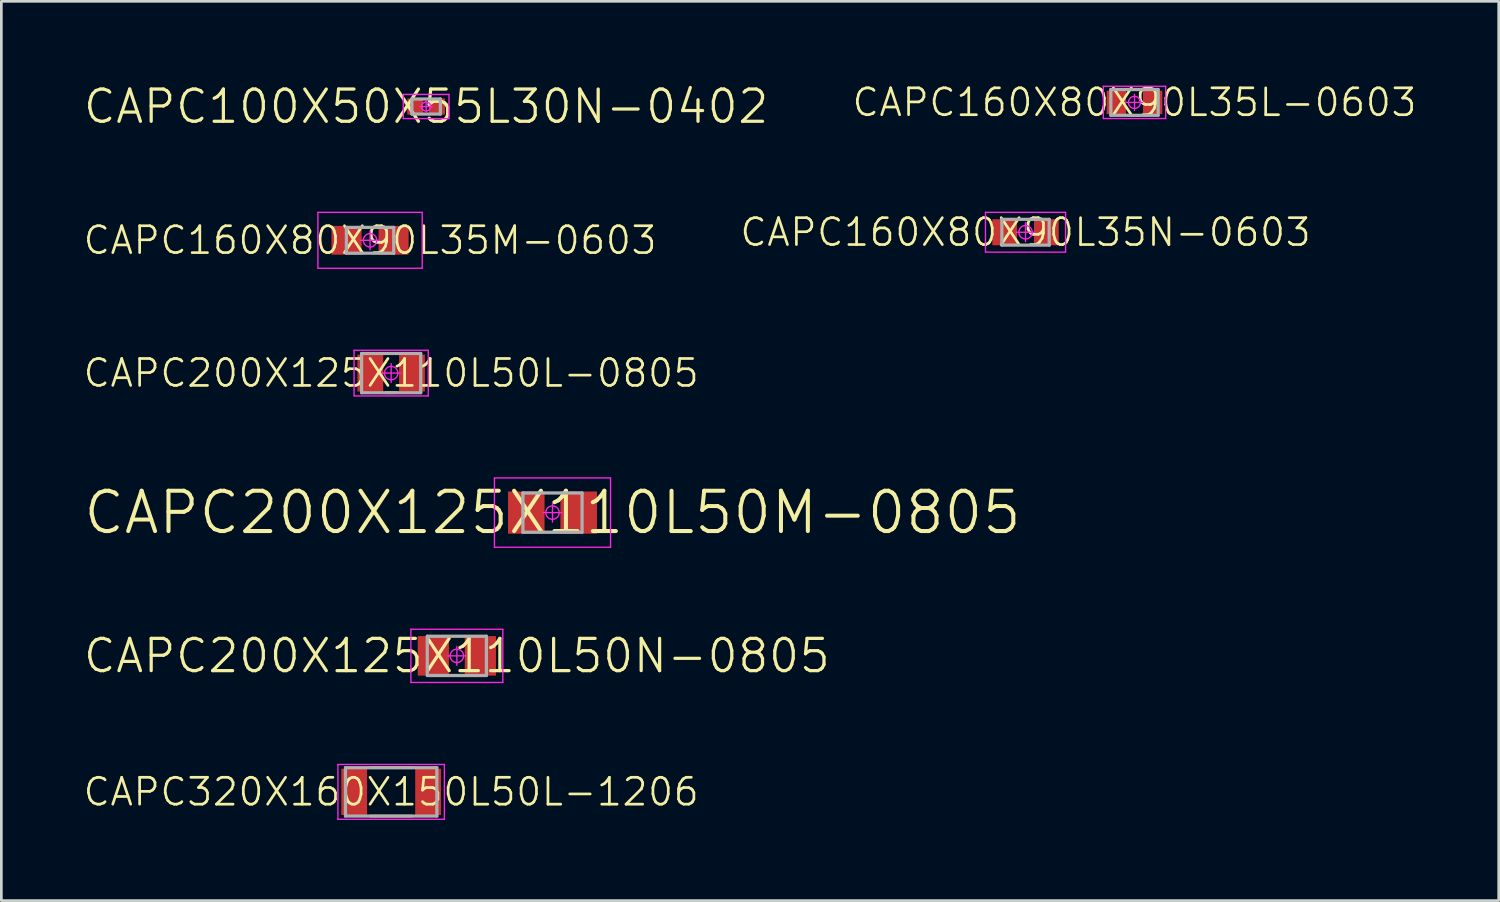
<source format=kicad_pcb>
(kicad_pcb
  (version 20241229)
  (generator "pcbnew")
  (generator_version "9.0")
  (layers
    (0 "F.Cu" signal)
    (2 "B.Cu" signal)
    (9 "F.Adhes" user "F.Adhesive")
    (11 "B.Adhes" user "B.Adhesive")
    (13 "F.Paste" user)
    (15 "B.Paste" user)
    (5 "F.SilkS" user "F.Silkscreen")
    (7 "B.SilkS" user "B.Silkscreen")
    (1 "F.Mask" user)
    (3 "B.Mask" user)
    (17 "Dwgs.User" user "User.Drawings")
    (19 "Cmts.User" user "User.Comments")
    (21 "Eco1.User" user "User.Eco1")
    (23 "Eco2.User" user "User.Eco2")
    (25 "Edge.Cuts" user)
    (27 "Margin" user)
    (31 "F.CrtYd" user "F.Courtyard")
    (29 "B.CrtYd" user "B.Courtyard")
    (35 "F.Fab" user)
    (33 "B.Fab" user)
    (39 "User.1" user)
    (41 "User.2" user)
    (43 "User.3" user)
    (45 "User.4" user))
  (footprint "CAPC100X50X55L30N-0402"
    (layer "F.Cu")
    (at 12.803 0.913)
    (property "Reference" "CAPC100X50X55L30N-0402" (at 0 0 0) (layer "F.SilkS") (effects (font (size 1.2 1.2) (thickness 0.12))))
    (attr smd)
    (fp_line (start -0.85 -0.45) (end 0.85 -0.45) (stroke (width 0.05) (type solid)) (layer "F.CrtYd"))
    (fp_line (start -0.85 0.45) (end -0.85 -0.45) (stroke (width 0.05) (type solid)) (layer "F.CrtYd"))
    (fp_line (start 0 -0.225) (end 0 0.225) (stroke (width 0.05) (type solid)) (layer "F.CrtYd"))
    (fp_line (start 0.225 0) (end -0.225 0) (stroke (width 0.05) (type solid)) (layer "F.CrtYd"))
    (fp_line (start 0.85 -0.45) (end 0.85 0.45) (stroke (width 0.05) (type solid)) (layer "F.CrtYd"))
    (fp_line (start 0.85 0.45) (end -0.85 0.45) (stroke (width 0.05) (type solid)) (layer "F.CrtYd"))
    (fp_circle (center 0 0) (end 0 0.169) (stroke (width 0.05) (type solid)) (fill no) (layer "F.CrtYd"))
    (fp_line (start -0.53 -0.28) (end 0.53 -0.28) (stroke (width 0.12) (type solid)) (layer "F.Fab"))
    (fp_line (start -0.53 0.28) (end -0.53 -0.28) (stroke (width 0.12) (type solid)) (layer "F.Fab"))
    (fp_line (start 0.53 -0.28) (end 0.53 0.28) (stroke (width 0.12) (type solid)) (layer "F.Fab"))
    (fp_line (start 0.53 0.28) (end -0.53 0.28) (stroke (width 0.12) (type solid)) (layer "F.Fab"))
    (pad "1" smd rect (at -0.405 0) (size 0.59 0.6) (layers "F.Cu" "F.Mask" "F.Paste"))
    (pad "2" smd rect (at 0.405 0) (size 0.59 0.6) (layers "F.Cu" "F.Mask" "F.Paste")))
  (footprint "CAPC200X125X110L50N-0805"
    (layer "F.Cu")
    (at 13.946 21.35)
    (property "Reference" "CAPC200X125X110L50N-0805" (at 0 0 0) (layer "F.SilkS") (effects (font (size 1.2 1.2) (thickness 0.12))))
    (attr smd)
    (fp_line (start -1.71 -0.99) (end 1.71 -0.99) (stroke (width 0.05) (type solid)) (layer "F.CrtYd"))
    (fp_line (start -1.71 0.99) (end -1.71 -0.99) (stroke (width 0.05) (type solid)) (layer "F.CrtYd"))
    (fp_line (start 0 -0.35) (end 0 0.35) (stroke (width 0.05) (type solid)) (layer "F.CrtYd"))
    (fp_line (start 0.35 0) (end -0.35 0) (stroke (width 0.05) (type solid)) (layer "F.CrtYd"))
    (fp_line (start 1.71 -0.99) (end 1.71 0.99) (stroke (width 0.05) (type solid)) (layer "F.CrtYd"))
    (fp_line (start 1.71 0.99) (end -1.71 0.99) (stroke (width 0.05) (type solid)) (layer "F.CrtYd"))
    (fp_circle (center 0 0) (end 0 0.25) (stroke (width 0.05) (type solid)) (fill no) (layer "F.CrtYd"))
    (fp_line (start -1.1 -0.73) (end 1.1 -0.73) (stroke (width 0.12) (type solid)) (layer "F.Fab"))
    (fp_line (start -1.1 0.73) (end -1.1 -0.73) (stroke (width 0.12) (type solid)) (layer "F.Fab"))
    (fp_line (start 1.1 -0.73) (end 1.1 0.73) (stroke (width 0.12) (type solid)) (layer "F.Fab"))
    (fp_line (start 1.1 0.73) (end -1.1 0.73) (stroke (width 0.12) (type solid)) (layer "F.Fab"))
    (pad "1" smd rect (at -0.875 0) (size 1.16 1.47) (layers "F.Cu" "F.Mask" "F.Paste"))
    (pad "2" smd rect (at 0.875 0) (size 1.16 1.47) (layers "F.Cu" "F.Mask" "F.Paste")))
  (footprint "CAPC160X80X90L35L-0603"
    (layer "F.Cu")
    (at 39.156 0.76)
    (property "Reference" "CAPC160X80X90L35L-0603" (at 0 0 0) (layer "F.SilkS") (effects (font (size 1 1) (thickness 0.1))))
    (attr smd)
    (fp_line (start -0.181 -0.48) (end 0.181 -0.48) (stroke (width 0.1) (type solid)) (layer "F.SilkS"))
    (fp_line (start -0.181 0.48) (end 0.181 0.48) (stroke (width 0.1) (type solid)) (layer "F.SilkS"))
    (fp_line (start -1.16 -0.6) (end 1.16 -0.6) (stroke (width 0.05) (type solid)) (layer "F.CrtYd"))
    (fp_line (start -1.16 0.6) (end -1.16 -0.6) (stroke (width 0.05) (type solid)) (layer "F.CrtYd"))
    (fp_line (start 0 -0.3) (end 0 0.3) (stroke (width 0.05) (type solid)) (layer "F.CrtYd"))
    (fp_line (start 0.3 0) (end -0.3 0) (stroke (width 0.05) (type solid)) (layer "F.CrtYd"))
    (fp_line (start 1.16 -0.6) (end 1.16 0.6) (stroke (width 0.05) (type solid)) (layer "F.CrtYd"))
    (fp_line (start 1.16 0.6) (end -1.16 0.6) (stroke (width 0.05) (type solid)) (layer "F.CrtYd"))
    (fp_circle (center 0 0) (end 0 0.225) (stroke (width 0.05) (type solid)) (fill no) (layer "F.CrtYd"))
    (fp_line (start -0.88 -0.48) (end 0.88 -0.48) (stroke (width 0.12) (type solid)) (layer "F.Fab"))
    (fp_line (start -0.88 0.48) (end -0.88 -0.48) (stroke (width 0.12) (type solid)) (layer "F.Fab"))
    (fp_line (start 0.88 -0.48) (end 0.88 0.48) (stroke (width 0.12) (type solid)) (layer "F.Fab"))
    (fp_line (start 0.88 0.48) (end -0.88 0.48) (stroke (width 0.12) (type solid)) (layer "F.Fab"))
    (pad "1" smd rect (at -0.675 0) (size 0.72 0.87) (layers "F.Cu" "F.Mask" "F.Paste"))
    (pad "2" smd rect (at 0.675 0) (size 0.72 0.87) (layers "F.Cu" "F.Mask" "F.Paste")))
  (footprint "CAPC160X80X90L35N-0603"
    (layer "F.Cu")
    (at 35.102 5.59)
    (property "Reference" "CAPC160X80X90L35N-0603" (at 0 0 0) (layer "F.SilkS") (effects (font (size 1 1) (thickness 0.1))))
    (attr smd)
    (fp_line (start -1.49 -0.74) (end 1.49 -0.74) (stroke (width 0.05) (type solid)) (layer "F.CrtYd"))
    (fp_line (start -1.49 0.74) (end -1.49 -0.74) (stroke (width 0.05) (type solid)) (layer "F.CrtYd"))
    (fp_line (start 0 -0.35) (end 0 0.35) (stroke (width 0.05) (type solid)) (layer "F.CrtYd"))
    (fp_line (start 0.35 0) (end -0.35 0) (stroke (width 0.05) (type solid)) (layer "F.CrtYd"))
    (fp_line (start 1.49 -0.74) (end 1.49 0.74) (stroke (width 0.05) (type solid)) (layer "F.CrtYd"))
    (fp_line (start 1.49 0.74) (end -1.49 0.74) (stroke (width 0.05) (type solid)) (layer "F.CrtYd"))
    (fp_circle (center 0 0) (end 0 0.25) (stroke (width 0.05) (type solid)) (fill no) (layer "F.CrtYd"))
    (fp_line (start -0.88 -0.48) (end 0.88 -0.48) (stroke (width 0.12) (type solid)) (layer "F.Fab"))
    (fp_line (start -0.88 0.48) (end -0.88 -0.48) (stroke (width 0.12) (type solid)) (layer "F.Fab"))
    (fp_line (start 0.88 -0.48) (end 0.88 0.48) (stroke (width 0.12) (type solid)) (layer "F.Fab"))
    (fp_line (start 0.88 0.48) (end -0.88 0.48) (stroke (width 0.12) (type solid)) (layer "F.Fab"))
    (pad "1" smd rect (at -0.775 0) (size 0.92 0.97) (layers "F.Cu" "F.Mask" "F.Paste"))
    (pad "2" smd rect (at 0.775 0) (size 0.92 0.97) (layers "F.Cu" "F.Mask" "F.Paste")))
  (footprint "CAPC200X125X110L50L-0805"
    (layer "F.Cu")
    (at 11.502 10.83)
    (property "Reference" "CAPC200X125X110L50L-0805" (at 0 0 0) (layer "F.SilkS") (effects (font (size 1 1) (thickness 0.1))))
    (attr smd)
    (fp_line (start -0.187 -0.73) (end 0.187 -0.73) (stroke (width 0.1) (type solid)) (layer "F.SilkS"))
    (fp_line (start -0.187 0.73) (end 0.187 0.73) (stroke (width 0.1) (type solid)) (layer "F.SilkS"))
    (fp_line (start -1.38 -0.85) (end 1.38 -0.85) (stroke (width 0.05) (type solid)) (layer "F.CrtYd"))
    (fp_line (start -1.38 0.85) (end -1.38 -0.85) (stroke (width 0.05) (type solid)) (layer "F.CrtYd"))
    (fp_line (start 0 -0.35) (end 0 0.35) (stroke (width 0.05) (type solid)) (layer "F.CrtYd"))
    (fp_line (start 0.35 0) (end -0.35 0) (stroke (width 0.05) (type solid)) (layer "F.CrtYd"))
    (fp_line (start 1.38 -0.85) (end 1.38 0.85) (stroke (width 0.05) (type solid)) (layer "F.CrtYd"))
    (fp_line (start 1.38 0.85) (end -1.38 0.85) (stroke (width 0.05) (type solid)) (layer "F.CrtYd"))
    (fp_circle (center 0 0) (end 0 0.25) (stroke (width 0.05) (type solid)) (fill no) (layer "F.CrtYd"))
    (fp_line (start -1.1 -0.73) (end 1.1 -0.73) (stroke (width 0.12) (type solid)) (layer "F.Fab"))
    (fp_line (start -1.1 0.73) (end -1.1 -0.73) (stroke (width 0.12) (type solid)) (layer "F.Fab"))
    (fp_line (start 1.1 -0.73) (end 1.1 0.73) (stroke (width 0.12) (type solid)) (layer "F.Fab"))
    (fp_line (start 1.1 0.73) (end -1.1 0.73) (stroke (width 0.12) (type solid)) (layer "F.Fab"))
    (pad "1" smd rect (at -0.775 0) (size 0.96 1.37) (layers "F.Cu" "F.Mask" "F.Paste"))
    (pad "2" smd rect (at 0.775 0) (size 0.96 1.37) (layers "F.Cu" "F.Mask" "F.Paste")))
  (footprint "CAPC320X160X150L50L-1206"
    (layer "F.Cu")
    (at 11.502 26.41)
    (property "Reference" "CAPC320X160X150L50L-1206" (at 0 0 0) (layer "F.SilkS") (effects (font (size 1 1) (thickness 0.1))))
    (attr smd)
    (fp_line (start -0.783 -0.9) (end 0.783 -0.9) (stroke (width 0.1) (type solid)) (layer "F.SilkS"))
    (fp_line (start -0.783 0.9) (end 0.783 0.9) (stroke (width 0.1) (type solid)) (layer "F.SilkS"))
    (fp_line (start -1.98 -1.02) (end 1.98 -1.02) (stroke (width 0.05) (type solid)) (layer "F.CrtYd"))
    (fp_line (start -1.98 1.02) (end -1.98 -1.02) (stroke (width 0.05) (type solid)) (layer "F.CrtYd"))
    (fp_line (start 1.98 -1.02) (end 1.98 1.02) (stroke (width 0.05) (type solid)) (layer "F.CrtYd"))
    (fp_line (start 1.98 1.02) (end -1.98 1.02) (stroke (width 0.05) (type solid)) (layer "F.CrtYd"))
    (fp_line (start -1.7 -0.9) (end 1.7 -0.9) (stroke (width 0.12) (type solid)) (layer "F.Fab"))
    (fp_line (start -1.7 0.9) (end -1.7 -0.9) (stroke (width 0.12) (type solid)) (layer "F.Fab"))
    (fp_line (start 1.7 -0.9) (end 1.7 0.9) (stroke (width 0.12) (type solid)) (layer "F.Fab"))
    (fp_line (start 1.7 0.9) (end -1.7 0.9) (stroke (width 0.12) (type solid)) (layer "F.Fab"))
    (pad "1" smd rect (at -1.375 0) (size 0.96 1.72) (layers "F.Cu" "F.Mask" "F.Paste"))
    (pad "2" smd rect (at 1.375 0) (size 0.96 1.72) (layers "F.Cu" "F.Mask" "F.Paste")))
  (footprint "CAPC200X125X110L50M-0805"
    (layer "F.Cu")
    (at 17.504 16.02)
    (property "Reference" "CAPC200X125X110L50M-0805" (at 0 0 0) (layer "F.SilkS") (effects (font (size 1.5 1.5) (thickness 0.15))))
    (attr smd)
    (fp_line (start -2.16 -1.29) (end 2.16 -1.29) (stroke (width 0.05) (type solid)) (layer "F.CrtYd"))
    (fp_line (start -2.16 1.29) (end -2.16 -1.29) (stroke (width 0.05) (type solid)) (layer "F.CrtYd"))
    (fp_line (start 0 -0.35) (end 0 0.35) (stroke (width 0.05) (type solid)) (layer "F.CrtYd"))
    (fp_line (start 0.35 0) (end -0.35 0) (stroke (width 0.05) (type solid)) (layer "F.CrtYd"))
    (fp_line (start 2.16 -1.29) (end 2.16 1.29) (stroke (width 0.05) (type solid)) (layer "F.CrtYd"))
    (fp_line (start 2.16 1.29) (end -2.16 1.29) (stroke (width 0.05) (type solid)) (layer "F.CrtYd"))
    (fp_circle (center 0 0) (end 0 0.25) (stroke (width 0.05) (type solid)) (fill no) (layer "F.CrtYd"))
    (fp_line (start -1.1 -0.73) (end 1.1 -0.73) (stroke (width 0.12) (type solid)) (layer "F.Fab"))
    (fp_line (start -1.1 0.73) (end -1.1 -0.73) (stroke (width 0.12) (type solid)) (layer "F.Fab"))
    (fp_line (start 1.1 -0.73) (end 1.1 0.73) (stroke (width 0.12) (type solid)) (layer "F.Fab"))
    (fp_line (start 1.1 0.73) (end -1.1 0.73) (stroke (width 0.12) (type solid)) (layer "F.Fab"))
    (pad "1" smd rect (at -0.975 0) (size 1.36 1.57) (layers "F.Cu" "F.Mask" "F.Paste"))
    (pad "2" smd rect (at 0.975 0) (size 1.36 1.57) (layers "F.Cu" "F.Mask" "F.Paste")))
  (footprint "CAPC160X80X90L35M-0603"
    (layer "F.Cu")
    (at 10.717 5.89)
    (property "Reference" "CAPC160X80X90L35M-0603" (at 0 0 0) (layer "F.SilkS") (effects (font (size 1 1) (thickness 0.1))))
    (attr smd)
    (fp_line (start -1.94 -1.04) (end 1.94 -1.04) (stroke (width 0.05) (type solid)) (layer "F.CrtYd"))
    (fp_line (start -1.94 1.04) (end -1.94 -1.04) (stroke (width 0.05) (type solid)) (layer "F.CrtYd"))
    (fp_line (start 0 -0.35) (end 0 0.35) (stroke (width 0.05) (type solid)) (layer "F.CrtYd"))
    (fp_line (start 0.35 0) (end -0.35 0) (stroke (width 0.05) (type solid)) (layer "F.CrtYd"))
    (fp_line (start 1.94 -1.04) (end 1.94 1.04) (stroke (width 0.05) (type solid)) (layer "F.CrtYd"))
    (fp_line (start 1.94 1.04) (end -1.94 1.04) (stroke (width 0.05) (type solid)) (layer "F.CrtYd"))
    (fp_circle (center 0 0) (end 0 0.25) (stroke (width 0.05) (type solid)) (fill no) (layer "F.CrtYd"))
    (fp_line (start -0.88 -0.48) (end 0.88 -0.48) (stroke (width 0.12) (type solid)) (layer "F.Fab"))
    (fp_line (start -0.88 0.48) (end -0.88 -0.48) (stroke (width 0.12) (type solid)) (layer "F.Fab"))
    (fp_line (start 0.88 -0.48) (end 0.88 0.48) (stroke (width 0.12) (type solid)) (layer "F.Fab"))
    (fp_line (start 0.88 0.48) (end -0.88 0.48) (stroke (width 0.12) (type solid)) (layer "F.Fab"))
    (pad "1" smd rect (at -0.875 0) (size 1.12 1.07) (layers "F.Cu" "F.Mask" "F.Paste"))
    (pad "2" smd rect (at 0.875 0) (size 1.12 1.07) (layers "F.Cu" "F.Mask" "F.Paste")))
  (gr_rect
    (start -3 -3)
    (end 52.706 30.455)
    (stroke (width 0.1) (type default))
    (fill no)
    (layer "Edge.Cuts")))
</source>
